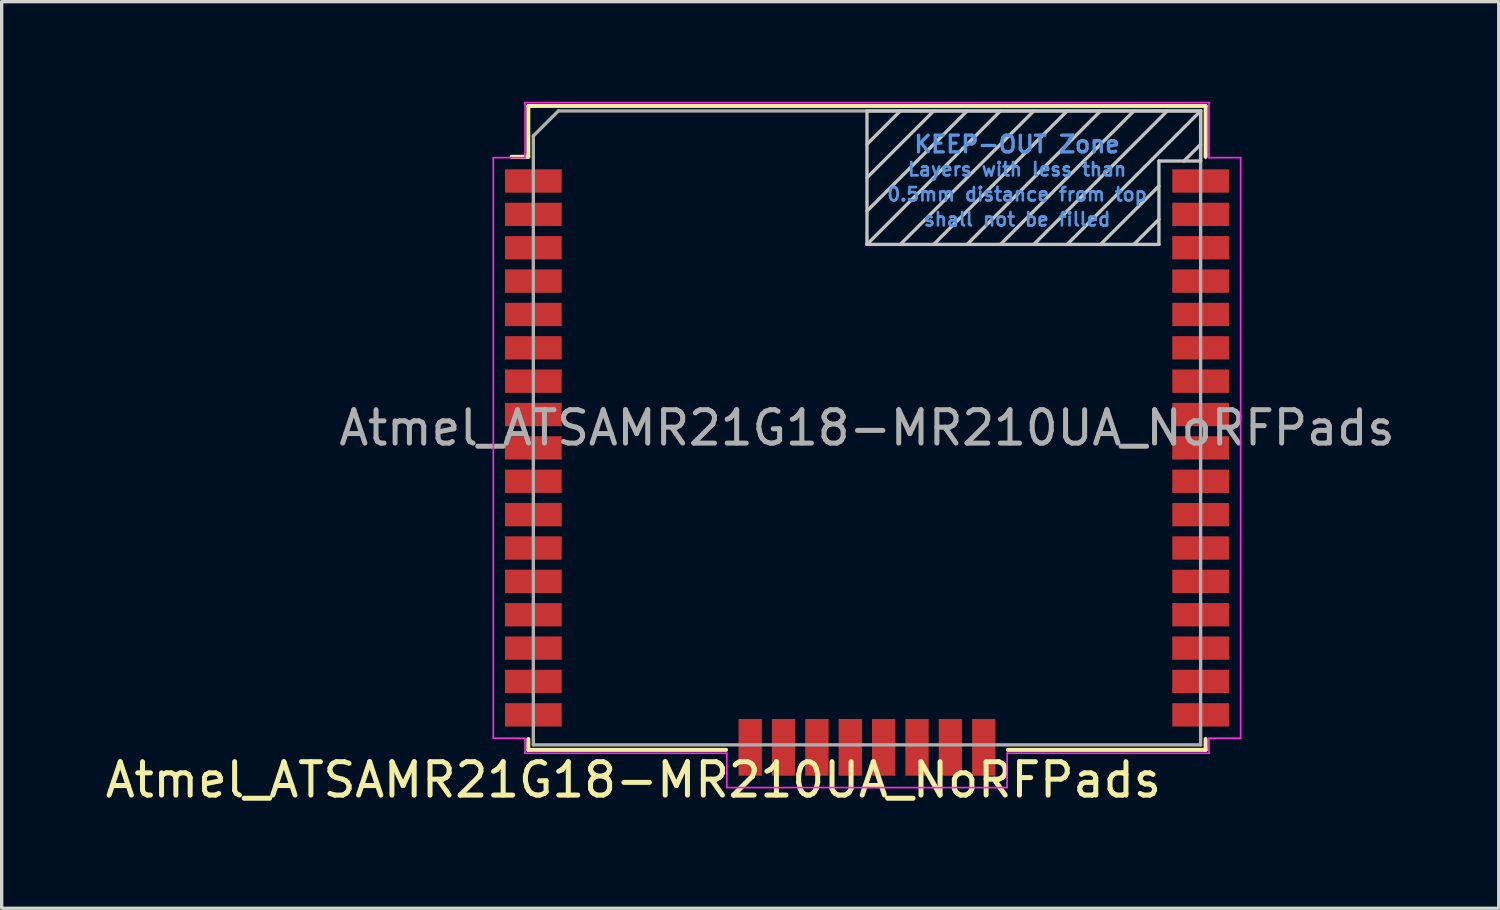
<source format=kicad_pcb>
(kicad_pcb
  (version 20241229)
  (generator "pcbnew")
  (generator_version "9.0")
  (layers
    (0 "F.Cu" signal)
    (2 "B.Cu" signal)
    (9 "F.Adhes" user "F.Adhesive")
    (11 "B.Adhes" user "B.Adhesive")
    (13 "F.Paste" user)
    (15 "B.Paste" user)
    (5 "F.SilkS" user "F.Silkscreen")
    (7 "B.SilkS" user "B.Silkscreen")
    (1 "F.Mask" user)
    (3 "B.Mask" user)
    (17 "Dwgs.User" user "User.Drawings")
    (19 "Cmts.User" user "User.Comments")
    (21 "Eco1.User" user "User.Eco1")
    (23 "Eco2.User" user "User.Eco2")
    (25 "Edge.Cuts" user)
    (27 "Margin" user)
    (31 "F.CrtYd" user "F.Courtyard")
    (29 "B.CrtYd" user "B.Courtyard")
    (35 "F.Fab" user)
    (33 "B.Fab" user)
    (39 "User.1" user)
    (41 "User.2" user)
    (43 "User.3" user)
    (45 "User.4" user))
  (footprint "Atmel_ATSAMR21G18-MR210UA_NoRFPads"
    (layer "F.Cu")
    (at 22.935 9.775)
    (property "Reference" "Atmel_ATSAMR21G18-MR210UA_NoRFPads" (at -7 10.55 0) (layer "F.SilkS") (effects (font (size 1 1) (thickness 0.15))))
    (attr smd)
    (fp_line (start -10.65 -8.125) (end -10.15 -8.125) (stroke (width 0.12) (type solid)) (layer "F.SilkS"))
    (fp_line (start -10.15 -9.65) (end -10.15 -8.125) (stroke (width 0.12) (type solid)) (layer "F.SilkS"))
    (fp_line (start -10.15 -9.65) (end 10.15 -9.65) (stroke (width 0.12) (type solid)) (layer "F.SilkS"))
    (fp_line (start -10.15 9.325) (end -10.15 9.65) (stroke (width 0.12) (type solid)) (layer "F.SilkS"))
    (fp_line (start -10.15 9.65) (end -4.225 9.65) (stroke (width 0.12) (type solid)) (layer "F.SilkS"))
    (fp_line (start 10.15 -9.65) (end 10.15 -8.125) (stroke (width 0.12) (type solid)) (layer "F.SilkS"))
    (fp_line (start 10.15 9.325) (end 10.15 9.65) (stroke (width 0.12) (type solid)) (layer "F.SilkS"))
    (fp_line (start 10.15 9.65) (end 4.225 9.65) (stroke (width 0.12) (type solid)) (layer "F.SilkS"))
    (fp_line (start 0 -9.5) (end 0 -5.5) (stroke (width 0.1) (type solid)) (layer "Dwgs.User"))
    (fp_line (start 0 -9.5) (end 10 -9.5) (stroke (width 0.1) (type solid)) (layer "Dwgs.User"))
    (fp_line (start 0 -5.5) (end 8.75 -5.5) (stroke (width 0.1) (type solid)) (layer "Dwgs.User"))
    (fp_line (start 1 -9.5) (end 0 -8.5) (stroke (width 0.1) (type solid)) (layer "Dwgs.User"))
    (fp_line (start 2 -9.5) (end 0 -7.5) (stroke (width 0.1) (type solid)) (layer "Dwgs.User"))
    (fp_line (start 3 -9.5) (end 0 -6.5) (stroke (width 0.1) (type solid)) (layer "Dwgs.User"))
    (fp_line (start 4 -9.5) (end 0 -5.5) (stroke (width 0.1) (type solid)) (layer "Dwgs.User"))
    (fp_line (start 5 -9.5) (end 1 -5.5) (stroke (width 0.1) (type solid)) (layer "Dwgs.User"))
    (fp_line (start 6 -9.5) (end 2 -5.5) (stroke (width 0.1) (type solid)) (layer "Dwgs.User"))
    (fp_line (start 7 -9.5) (end 3 -5.5) (stroke (width 0.1) (type solid)) (layer "Dwgs.User"))
    (fp_line (start 8 -9.5) (end 4 -5.5) (stroke (width 0.1) (type solid)) (layer "Dwgs.User"))
    (fp_line (start 8 -5.5) (end 8.75 -6.25) (stroke (width 0.1) (type solid)) (layer "Dwgs.User"))
    (fp_line (start 8.75 -8) (end 8.75 -5.5) (stroke (width 0.1) (type solid)) (layer "Dwgs.User"))
    (fp_line (start 8.75 -7.25) (end 7 -5.5) (stroke (width 0.1) (type solid)) (layer "Dwgs.User"))
    (fp_line (start 9 -9.5) (end 5 -5.5) (stroke (width 0.1) (type solid)) (layer "Dwgs.User"))
    (fp_line (start 9.5 -8) (end 10 -8.5) (stroke (width 0.1) (type solid)) (layer "Dwgs.User"))
    (fp_line (start 10 -9.5) (end 6 -5.5) (stroke (width 0.1) (type solid)) (layer "Dwgs.User"))
    (fp_line (start 10 -9.5) (end 10 -8) (stroke (width 0.1) (type solid)) (layer "Dwgs.User"))
    (fp_line (start 10 -8) (end 8.75 -8) (stroke (width 0.1) (type solid)) (layer "Dwgs.User"))
    (fp_line (start -11.2 -8.1) (end -11.2 9.3) (stroke (width 0.05) (type solid)) (layer "F.CrtYd"))
    (fp_line (start -10.25 -9.75) (end 10.25 -9.75) (stroke (width 0.05) (type solid)) (layer "F.CrtYd"))
    (fp_line (start -10.25 -8.1) (end -11.2 -8.1) (stroke (width 0.05) (type solid)) (layer "F.CrtYd"))
    (fp_line (start -10.25 -8.1) (end -10.25 -9.75) (stroke (width 0.05) (type solid)) (layer "F.CrtYd"))
    (fp_line (start -10.25 9.3) (end -11.2 9.3) (stroke (width 0.05) (type solid)) (layer "F.CrtYd"))
    (fp_line (start -10.25 9.3) (end -10.25 9.75) (stroke (width 0.05) (type solid)) (layer "F.CrtYd"))
    (fp_line (start -10.25 9.75) (end -4.2 9.75) (stroke (width 0.05) (type solid)) (layer "F.CrtYd"))
    (fp_line (start -4.2 10.78) (end -4.2 9.75) (stroke (width 0.05) (type solid)) (layer "F.CrtYd"))
    (fp_line (start 0 10.78) (end -4.2 10.78) (stroke (width 0.05) (type solid)) (layer "F.CrtYd"))
    (fp_line (start 0 10.78) (end 4.2 10.78) (stroke (width 0.05) (type solid)) (layer "F.CrtYd"))
    (fp_line (start 4.2 10.78) (end 4.2 9.75) (stroke (width 0.05) (type solid)) (layer "F.CrtYd"))
    (fp_line (start 10.25 -9.75) (end 10.25 -8.1) (stroke (width 0.05) (type solid)) (layer "F.CrtYd"))
    (fp_line (start 10.25 -8.1) (end 11.2 -8.1) (stroke (width 0.05) (type solid)) (layer "F.CrtYd"))
    (fp_line (start 10.25 9.3) (end 10.25 9.75) (stroke (width 0.05) (type solid)) (layer "F.CrtYd"))
    (fp_line (start 10.25 9.3) (end 11.2 9.3) (stroke (width 0.05) (type solid)) (layer "F.CrtYd"))
    (fp_line (start 10.25 9.75) (end 4.2 9.75) (stroke (width 0.05) (type solid)) (layer "F.CrtYd"))
    (fp_line (start 11.2 -8.1) (end 11.2 9.3) (stroke (width 0.05) (type solid)) (layer "F.CrtYd"))
    (fp_line (start -10 -8.75) (end -10 9.5) (stroke (width 0.1) (type solid)) (layer "F.Fab"))
    (fp_line (start -10 -8.75) (end -9.25 -9.5) (stroke (width 0.1) (type solid)) (layer "F.Fab"))
    (fp_line (start -10 9.5) (end 10 9.5) (stroke (width 0.1) (type solid)) (layer "F.Fab"))
    (fp_line (start 10 -9.5) (end -9.25 -9.5) (stroke (width 0.1) (type solid)) (layer "F.Fab"))
    (fp_line (start 10 9.5) (end 10 -9.5) (stroke (width 0.1) (type solid)) (layer "F.Fab"))
    (fp_text user "KEEP-OUT Zone" (at 4.5 -8.5 0) (layer "Cmts.User") (effects (font (size 0.5 0.5) (thickness 0.1))))
    (fp_text user "0.5mm distance from top" (at 4.5 -7 0) (layer "Cmts.User") (effects (font (size 0.4 0.4) (thickness 0.08))))
    (fp_text user "Layers with less than" (at 4.5 -7.75 0) (layer "Cmts.User") (effects (font (size 0.4 0.4) (thickness 0.08))))
    (fp_text user "shall not be filled" (at 4.5 -6.25 0) (layer "Cmts.User") (effects (font (size 0.4 0.4) (thickness 0.08))))
    (fp_text user "${REFERENCE}" (at 0 0 0) (layer "F.Fab") (effects (font (size 1 1) (thickness 0.15))))
    (pad "1" smd rect (at -10 -7.4) (size 1.7 0.7) (layers "F.Cu" "F.Mask" "F.Paste"))
    (pad "2" smd rect (at -10 -6.4) (size 1.7 0.7) (layers "F.Cu" "F.Mask" "F.Paste"))
    (pad "3" smd rect (at -10 -5.4) (size 1.7 0.7) (layers "F.Cu" "F.Mask" "F.Paste"))
    (pad "4" smd rect (at -10 -4.4) (size 1.7 0.7) (layers "F.Cu" "F.Mask" "F.Paste"))
    (pad "5" smd rect (at -10 -3.4) (size 1.7 0.7) (layers "F.Cu" "F.Mask" "F.Paste"))
    (pad "6" smd rect (at -10 -2.4) (size 1.7 0.7) (layers "F.Cu" "F.Mask" "F.Paste"))
    (pad "7" smd rect (at -10 -1.4) (size 1.7 0.7) (layers "F.Cu" "F.Mask" "F.Paste"))
    (pad "8" smd rect (at -10 -0.4) (size 1.7 0.7) (layers "F.Cu" "F.Mask" "F.Paste"))
    (pad "9" smd rect (at -10 0.6) (size 1.7 0.7) (layers "F.Cu" "F.Mask" "F.Paste"))
    (pad "10" smd rect (at -10 1.6) (size 1.7 0.7) (layers "F.Cu" "F.Mask" "F.Paste"))
    (pad "11" smd rect (at -10 2.6) (size 1.7 0.7) (layers "F.Cu" "F.Mask" "F.Paste"))
    (pad "12" smd rect (at -10 3.6) (size 1.7 0.7) (layers "F.Cu" "F.Mask" "F.Paste"))
    (pad "13" smd rect (at -10 4.6) (size 1.7 0.7) (layers "F.Cu" "F.Mask" "F.Paste"))
    (pad "14" smd rect (at -10 5.6) (size 1.7 0.7) (layers "F.Cu" "F.Mask" "F.Paste"))
    (pad "15" smd rect (at -10 6.6) (size 1.7 0.7) (layers "F.Cu" "F.Mask" "F.Paste"))
    (pad "16" smd rect (at -10 7.6) (size 1.7 0.7) (layers "F.Cu" "F.Mask" "F.Paste"))
    (pad "17" smd rect (at -10 8.6) (size 1.7 0.7) (layers "F.Cu" "F.Mask" "F.Paste"))
    (pad "18" smd rect (at -3.5 9.575) (size 0.7 1.7) (layers "F.Cu" "F.Mask" "F.Paste"))
    (pad "19" smd rect (at -2.5 9.575) (size 0.7 1.7) (layers "F.Cu" "F.Mask" "F.Paste"))
    (pad "20" smd rect (at -1.5 9.575) (size 0.7 1.7) (layers "F.Cu" "F.Mask" "F.Paste"))
    (pad "21" smd rect (at -0.5 9.575) (size 0.7 1.7) (layers "F.Cu" "F.Mask" "F.Paste"))
    (pad "22" smd rect (at 0.5 9.575) (size 0.7 1.7) (layers "F.Cu" "F.Mask" "F.Paste"))
    (pad "23" smd rect (at 1.5 9.575) (size 0.7 1.7) (layers "F.Cu" "F.Mask" "F.Paste"))
    (pad "24" smd rect (at 2.5 9.575) (size 0.7 1.7) (layers "F.Cu" "F.Mask" "F.Paste"))
    (pad "25" smd rect (at 3.5 9.575) (size 0.7 1.7) (layers "F.Cu" "F.Mask" "F.Paste"))
    (pad "26" smd rect (at 10 8.6) (size 1.7 0.7) (layers "F.Cu" "F.Mask" "F.Paste"))
    (pad "27" smd rect (at 10 7.6) (size 1.7 0.7) (layers "F.Cu" "F.Mask" "F.Paste"))
    (pad "28" smd rect (at 10 6.6) (size 1.7 0.7) (layers "F.Cu" "F.Mask" "F.Paste"))
    (pad "29" smd rect (at 10 5.6) (size 1.7 0.7) (layers "F.Cu" "F.Mask" "F.Paste"))
    (pad "30" smd rect (at 10 4.6) (size 1.7 0.7) (layers "F.Cu" "F.Mask" "F.Paste"))
    (pad "31" smd rect (at 10 3.6) (size 1.7 0.7) (layers "F.Cu" "F.Mask" "F.Paste"))
    (pad "32" smd rect (at 10 2.6) (size 1.7 0.7) (layers "F.Cu" "F.Mask" "F.Paste"))
    (pad "33" smd rect (at 10 1.6) (size 1.7 0.7) (layers "F.Cu" "F.Mask" "F.Paste"))
    (pad "34" smd rect (at 10 0.6) (size 1.7 0.7) (layers "F.Cu" "F.Mask" "F.Paste"))
    (pad "35" smd rect (at 10 -0.4) (size 1.7 0.7) (layers "F.Cu" "F.Mask" "F.Paste"))
    (pad "36" smd rect (at 10 -1.4) (size 1.7 0.7) (layers "F.Cu" "F.Mask" "F.Paste"))
    (pad "37" smd rect (at 10 -2.4) (size 1.7 0.7) (layers "F.Cu" "F.Mask" "F.Paste"))
    (pad "38" smd rect (at 10 -3.4) (size 1.7 0.7) (layers "F.Cu" "F.Mask" "F.Paste"))
    (pad "39" smd rect (at 10 -4.4) (size 1.7 0.7) (layers "F.Cu" "F.Mask" "F.Paste"))
    (pad "40" smd rect (at 10 -5.4) (size 1.7 0.7) (layers "F.Cu" "F.Mask" "F.Paste"))
    (pad "41" smd rect (at 10 -6.4) (size 1.7 0.7) (layers "F.Cu" "F.Mask" "F.Paste"))
    (pad "42" smd rect (at 10 -7.4) (size 1.7 0.7) (layers "F.Cu" "F.Mask" "F.Paste")))
  (gr_rect
    (start -3 -3)
    (end 41.869 24.173)
    (stroke (width 0.1) (type default))
    (fill no)
    (layer "Edge.Cuts")))
</source>
